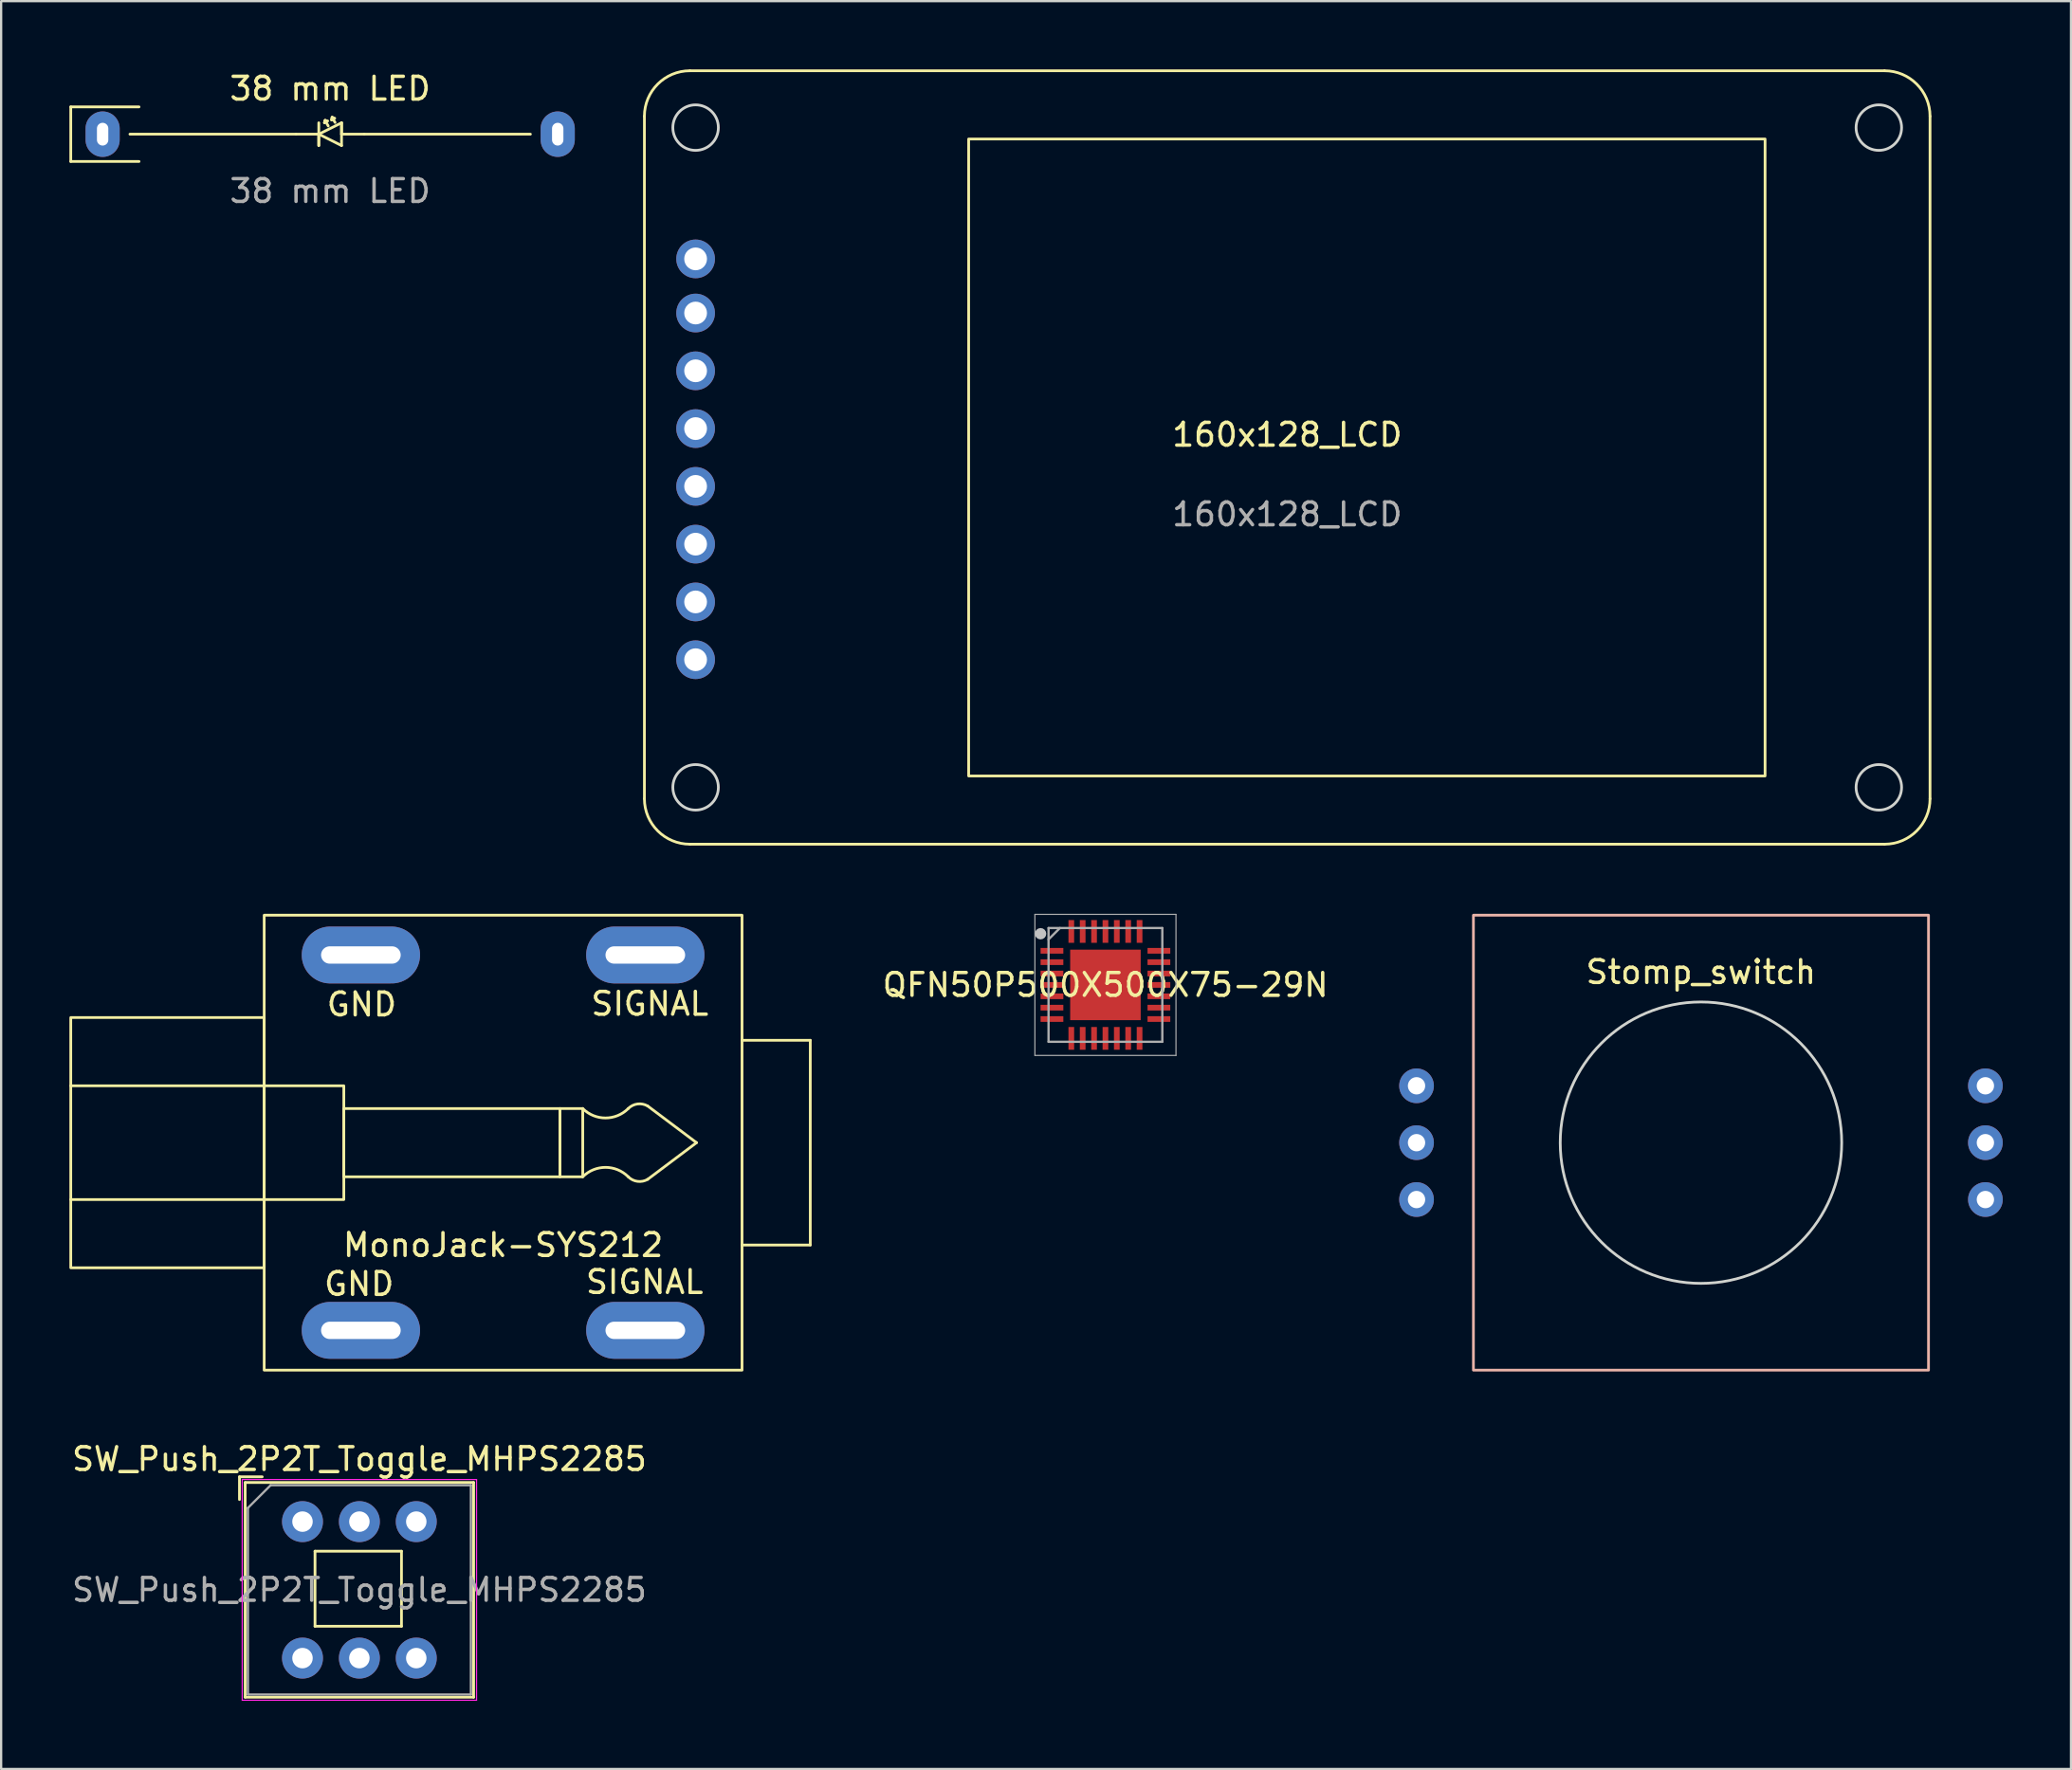
<source format=kicad_pcb>
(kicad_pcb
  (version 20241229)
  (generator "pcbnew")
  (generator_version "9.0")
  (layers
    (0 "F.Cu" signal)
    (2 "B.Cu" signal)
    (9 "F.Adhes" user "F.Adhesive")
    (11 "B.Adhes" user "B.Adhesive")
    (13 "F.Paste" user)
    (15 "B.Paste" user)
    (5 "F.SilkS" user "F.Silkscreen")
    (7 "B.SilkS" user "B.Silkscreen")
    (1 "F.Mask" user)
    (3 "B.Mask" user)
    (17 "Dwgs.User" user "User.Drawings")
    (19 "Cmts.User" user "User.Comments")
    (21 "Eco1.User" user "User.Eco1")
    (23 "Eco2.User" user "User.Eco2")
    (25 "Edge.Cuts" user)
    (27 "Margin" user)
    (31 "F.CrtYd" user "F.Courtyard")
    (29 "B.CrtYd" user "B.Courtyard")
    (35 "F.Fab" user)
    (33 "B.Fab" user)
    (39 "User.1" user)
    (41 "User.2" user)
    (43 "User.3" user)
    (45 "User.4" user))
  (footprint "160x128_LCD"
    (layer "F.Cu")
    (at 53.52 17.06)
    (property "Reference" "160x128_LCD" (at 0 -1 0) (unlocked yes) (layer "F.SilkS") (effects (font (size 1 1) (thickness 0.15))))
    (attr smd)
    (fp_line (start -28.25 15) (end -28.25 -15) (stroke (width 0.12) (type default)) (layer "F.SilkS"))
    (fp_line (start -26.25 -17) (end 26.25 -17) (stroke (width 0.12) (type default)) (layer "F.SilkS"))
    (fp_line (start 26.25 17) (end -26.25 17) (stroke (width 0.12) (type default)) (layer "F.SilkS"))
    (fp_line (start 28.25 -15) (end 28.25 15) (stroke (width 0.12) (type default)) (layer "F.SilkS"))
    (fp_rect (start -14 -14) (end 21 14) (stroke (width 0.12) (type default)) (fill no) (layer "F.SilkS"))
    (fp_arc (start -28.25 -15) (mid -27.664214 -16.414214) (end -26.25 -17) (stroke (width 0.12) (type default)) (layer "F.SilkS"))
    (fp_arc (start -26.25 17) (mid -27.664214 16.414214) (end -28.25 15) (stroke (width 0.12) (type default)) (layer "F.SilkS"))
    (fp_arc (start 26.25 -17) (mid 27.664214 -16.414214) (end 28.25 -15) (stroke (width 0.12) (type default)) (layer "F.SilkS"))
    (fp_arc (start 28.25 15) (mid 27.664214 16.414214) (end 26.25 17) (stroke (width 0.12) (type default)) (layer "F.SilkS"))
    (fp_circle (center -26 -14.5) (end -25 -14.5) (stroke (width 0.12) (type default)) (fill no) (layer "Edge.Cuts"))
    (fp_circle (center -26 14.5) (end -25 14.5) (stroke (width 0.12) (type default)) (fill no) (layer "Edge.Cuts"))
    (fp_circle (center 26 -14.5) (end 27 -14.5) (stroke (width 0.12) (type default)) (fill no) (layer "Edge.Cuts"))
    (fp_circle (center 26 14.5) (end 27 14.5) (stroke (width 0.12) (type default)) (fill no) (layer "Edge.Cuts"))
    (fp_text user "${REFERENCE}" (at 0 2.5 0) (unlocked yes) (layer "F.Fab") (effects (font (size 1 1) (thickness 0.15))))
    (pad "1" thru_hole circle (at -26 -8.73) (size 1.7 1.7) (drill 1) (layers "*.Cu" "*.Mask"))
    (pad "2" thru_hole circle (at -26 -6.35) (size 1.7 1.7) (drill 1) (layers "*.Cu" "*.Mask"))
    (pad "3" thru_hole circle (at -26 -3.81) (size 1.7 1.7) (drill 1) (layers "*.Cu" "*.Mask"))
    (pad "4" thru_hole circle (at -26 -1.27) (size 1.7 1.7) (drill 1) (layers "*.Cu" "*.Mask"))
    (pad "5" thru_hole circle (at -26 1.27) (size 1.7 1.7) (drill 1) (layers "*.Cu" "*.Mask"))
    (pad "6" thru_hole circle (at -26 3.81) (size 1.7 1.7) (drill 1) (layers "*.Cu" "*.Mask"))
    (pad "7" thru_hole circle (at -26 6.35) (size 1.7 1.7) (drill 1) (layers "*.Cu" "*.Mask"))
    (pad "8" thru_hole circle (at -26 8.89) (size 1.7 1.7) (drill 1) (layers "*.Cu" "*.Mask")))
  (footprint "MonoJack-SYS212"
    (layer "F.Cu")
    (at 19.06 47.18)
    (property "Reference" "MonoJack-SYS212" (at 0 4.5 0) (unlocked yes) (layer "F.SilkS") (effects (font (size 1 1) (thickness 0.15))))
    (attr through_hole)
    (fp_line (start -10.5 -2.5) (end -19 -2.5) (stroke (width 0.12) (type solid)) (layer "F.SilkS"))
    (fp_line (start -10.5 2.5) (end -19 2.5) (stroke (width 0.12) (type solid)) (layer "F.SilkS"))
    (fp_line (start 6.353 -1.613) (end 8.5 0) (stroke (width 0.12) (type solid)) (layer "F.SilkS"))
    (fp_line (start 6.353 1.613) (end 8.5 0) (stroke (width 0.12) (type solid)) (layer "F.SilkS"))
    (fp_line (start 10.5 -4.5) (end 13.5 -4.5) (stroke (width 0.12) (type solid)) (layer "F.SilkS"))
    (fp_line (start 13.5 -4.5) (end 13.5 4.5) (stroke (width 0.12) (type solid)) (layer "F.SilkS"))
    (fp_line (start 13.5 4.5) (end 10.5 4.5) (stroke (width 0.12) (type solid)) (layer "F.SilkS"))
    (fp_rect (start -10.5 -10) (end 10.5 10) (stroke (width 0.12) (type solid)) (fill no) (layer "F.SilkS"))
    (fp_rect (start -10.5 -5.5) (end -19 5.5) (stroke (width 0.12) (type solid)) (fill no) (layer "F.SilkS"))
    (fp_rect (start -10.5 -2.5) (end -7 2.5) (stroke (width 0.12) (type solid)) (fill no) (layer "F.SilkS"))
    (fp_rect (start -7 -1.5) (end 2.5 1.5) (stroke (width 0.12) (type solid)) (fill no) (layer "F.SilkS"))
    (fp_rect (start 2.5 -1.5) (end 3.5 1.5) (stroke (width 0.12) (type solid)) (fill no) (layer "F.SilkS"))
    (fp_arc (start 3.5 1.5) (mid 4.5 1.085786) (end 5.5 1.5) (stroke (width 0.12) (type solid)) (layer "F.SilkS"))
    (fp_arc (start 5.5 -1.5) (mid 4.5 -1.085786) (end 3.5 -1.5) (stroke (width 0.12) (type solid)) (layer "F.SilkS"))
    (fp_arc (start 5.500001 -1.499999) (mid 5.90744 -1.701022) (end 6.353091 -1.612638) (stroke (width 0.12) (type solid)) (layer "F.SilkS"))
    (fp_arc (start 6.353091 1.612638) (mid 5.90744 1.701021) (end 5.500001 1.499999) (stroke (width 0.12) (type solid)) (layer "F.SilkS"))
    (fp_text user "GND" (at -6.329 6.212 0) (unlocked yes) (layer "F.SilkS") (effects (font (size 1 1) (thickness 0.15))))
    (fp_text user "SIGNAL" (at 6.449 -6.105 0) (unlocked yes) (layer "F.SilkS") (effects (font (size 1 1) (thickness 0.15))))
    (fp_text user "SIGNAL" (at 6.219 6.126 0) (unlocked yes) (layer "F.SilkS") (effects (font (size 1 1) (thickness 0.15))))
    (fp_text user "GND" (at -6.214 -6.076 0) (unlocked yes) (layer "F.SilkS") (effects (font (size 1 1) (thickness 0.15))))
    (pad "1" thru_hole oval (at 6.25 -8.25) (size 5.2 2.5) (drill oval 3.5 0.762) (layers "*.Cu" "*.Mask"))
    (pad "1" thru_hole oval (at 6.25 8.25) (size 5.2 2.5) (drill oval 3.5 0.762) (layers "*.Cu" "*.Mask"))
    (pad "2" thru_hole oval (at -6.25 -8.25) (size 5.2 2.5) (drill oval 3.5 0.762) (layers "*.Cu" "*.Mask"))
    (pad "2" thru_hole oval (at -6.25 8.25) (size 5.2 2.5) (drill oval 3.5 0.762) (layers "*.Cu" "*.Mask")))
  (footprint "QFN50P500X500X75-29N"
    (layer "F.Cu")
    (at 45.531 40.245)
    (property "Reference" "QFN50P500X500X75-29N" (at 0 0 0) (layer "F.SilkS") (effects (font (size 1 1) (thickness 0.15))))
    (attr smd)
    (fp_circle (center -2.85 -2.25) (end -2.725 -2.25) (stroke (width 0.25) (type solid)) (fill no) (layer "Dwgs.User"))
    (fp_line (start -3.1 -3.1) (end 3.1 -3.1) (stroke (width 0.05) (type solid)) (layer "F.Fab"))
    (fp_line (start -3.1 3.1) (end -3.1 -3.1) (stroke (width 0.05) (type solid)) (layer "F.Fab"))
    (fp_line (start -2.5 -2.5) (end 2.5 -2.5) (stroke (width 0.1) (type solid)) (layer "F.Fab"))
    (fp_line (start -2.5 -2) (end -2 -2.5) (stroke (width 0.1) (type solid)) (layer "F.Fab"))
    (fp_line (start -2.5 2.5) (end -2.5 -2.5) (stroke (width 0.1) (type solid)) (layer "F.Fab"))
    (fp_line (start 2.5 -2.5) (end 2.5 2.5) (stroke (width 0.1) (type solid)) (layer "F.Fab"))
    (fp_line (start 2.5 2.5) (end -2.5 2.5) (stroke (width 0.1) (type solid)) (layer "F.Fab"))
    (fp_line (start 3.1 -3.1) (end 3.1 3.1) (stroke (width 0.05) (type solid)) (layer "F.Fab"))
    (fp_line (start 3.1 3.1) (end -3.1 3.1) (stroke (width 0.05) (type solid)) (layer "F.Fab"))
    (pad "1" smd rect (at -2.35 -1.5) (size 1 0.25) (layers "F.Cu" "F.Mask" "F.Paste"))
    (pad "2" smd rect (at -2.35 -1) (size 1 0.25) (layers "F.Cu" "F.Mask" "F.Paste"))
    (pad "3" smd rect (at -2.35 -0.5) (size 1 0.25) (layers "F.Cu" "F.Mask" "F.Paste"))
    (pad "4" smd rect (at -2.35 0) (size 1 0.25) (layers "F.Cu" "F.Mask" "F.Paste"))
    (pad "5" smd rect (at -2.35 0.5) (size 1 0.25) (layers "F.Cu" "F.Mask" "F.Paste"))
    (pad "6" smd rect (at -2.35 1) (size 1 0.25) (layers "F.Cu" "F.Mask" "F.Paste"))
    (pad "7" smd rect (at -2.35 1.5) (size 1 0.25) (layers "F.Cu" "F.Mask" "F.Paste"))
    (pad "8" smd rect (at -1.5 2.35 90) (size 1 0.25) (layers "F.Cu" "F.Mask" "F.Paste"))
    (pad "9" smd rect (at -1 2.35 90) (size 1 0.25) (layers "F.Cu" "F.Mask" "F.Paste"))
    (pad "10" smd rect (at -0.5 2.35 90) (size 1 0.25) (layers "F.Cu" "F.Mask" "F.Paste"))
    (pad "11" smd rect (at 0 2.35 90) (size 1 0.25) (layers "F.Cu" "F.Mask" "F.Paste"))
    (pad "12" smd rect (at 0.5 2.35 90) (size 1 0.25) (layers "F.Cu" "F.Mask" "F.Paste"))
    (pad "13" smd rect (at 1 2.35 90) (size 1 0.25) (layers "F.Cu" "F.Mask" "F.Paste"))
    (pad "14" smd rect (at 1.5 2.35 90) (size 1 0.25) (layers "F.Cu" "F.Mask" "F.Paste"))
    (pad "15" smd rect (at 2.35 1.5) (size 1 0.25) (layers "F.Cu" "F.Mask" "F.Paste"))
    (pad "16" smd rect (at 2.35 1) (size 1 0.25) (layers "F.Cu" "F.Mask" "F.Paste"))
    (pad "17" smd rect (at 2.35 0.5) (size 1 0.25) (layers "F.Cu" "F.Mask" "F.Paste"))
    (pad "18" smd rect (at 2.35 0) (size 1 0.25) (layers "F.Cu" "F.Mask" "F.Paste"))
    (pad "19" smd rect (at 2.35 -0.5) (size 1 0.25) (layers "F.Cu" "F.Mask" "F.Paste"))
    (pad "20" smd rect (at 2.35 -1) (size 1 0.25) (layers "F.Cu" "F.Mask" "F.Paste"))
    (pad "21" smd rect (at 2.35 -1.5) (size 1 0.25) (layers "F.Cu" "F.Mask" "F.Paste"))
    (pad "22" smd rect (at 1.5 -2.35 90) (size 1 0.25) (layers "F.Cu" "F.Mask" "F.Paste"))
    (pad "23" smd rect (at 1 -2.35 90) (size 1 0.25) (layers "F.Cu" "F.Mask" "F.Paste"))
    (pad "24" smd rect (at 0.5 -2.35 90) (size 1 0.25) (layers "F.Cu" "F.Mask" "F.Paste"))
    (pad "25" smd rect (at 0 -2.35 90) (size 1 0.25) (layers "F.Cu" "F.Mask" "F.Paste"))
    (pad "26" smd rect (at -0.5 -2.35 90) (size 1 0.25) (layers "F.Cu" "F.Mask" "F.Paste"))
    (pad "27" smd rect (at -1 -2.35 90) (size 1 0.25) (layers "F.Cu" "F.Mask" "F.Paste"))
    (pad "28" smd rect (at -1.5 -2.35 90) (size 1 0.25) (layers "F.Cu" "F.Mask" "F.Paste"))
    (pad "29" smd rect (at 0 0 90) (size 3.1 3.1) (layers "F.Cu" "F.Mask" "F.Paste")))
  (footprint "38 mm LED"
    (layer "F.Cu")
    (at 11.46 2.848)
    (property "Reference" "38 mm LED" (at 0 -2 0) (unlocked yes) (layer "F.SilkS") (effects (font (size 1 1) (thickness 0.15))))
    (attr through_hole)
    (fp_line (start -11.4 -1.2) (end -11.4 1.2) (stroke (width 0.12) (type solid)) (layer "F.SilkS"))
    (fp_line (start -11.4 1.2) (end -8.4 1.2) (stroke (width 0.12) (type solid)) (layer "F.SilkS"))
    (fp_line (start -8.4 -1.2) (end -11.4 -1.2) (stroke (width 0.12) (type solid)) (layer "F.SilkS"))
    (fp_line (start -1.5 0) (end -8.8 0) (stroke (width 0.12) (type solid)) (layer "F.SilkS"))
    (fp_line (start -0.5 -0.5) (end -0.5 0.5) (stroke (width 0.12) (type solid)) (layer "F.SilkS"))
    (fp_line (start -0.5 0) (end -1.5 0) (stroke (width 0.12) (type solid)) (layer "F.SilkS"))
    (fp_line (start -0.5 0) (end 0.5 -0.5) (stroke (width 0.12) (type solid)) (layer "F.SilkS"))
    (fp_line (start -0.5 0.5) (end -0.5 0) (stroke (width 0.12) (type solid)) (layer "F.SilkS"))
    (fp_line (start -0.251 -0.503) (end -0.22 -0.602) (stroke (width 0.12) (type solid)) (layer "F.SilkS"))
    (fp_line (start -0.22 -0.602) (end -0.251 -0.503) (stroke (width 0.12) (type solid)) (layer "F.SilkS"))
    (fp_line (start -0.22 -0.602) (end -0.11 -0.58) (stroke (width 0.12) (type solid)) (layer "F.SilkS"))
    (fp_line (start -0.086 -0.36) (end -0.22 -0.602) (stroke (width 0.12) (type solid)) (layer "F.SilkS"))
    (fp_line (start 0.063 -0.627) (end 0.088 -0.737) (stroke (width 0.12) (type solid)) (layer "F.SilkS"))
    (fp_line (start 0.088 -0.737) (end 0.063 -0.627) (stroke (width 0.12) (type solid)) (layer "F.SilkS"))
    (fp_line (start 0.088 -0.737) (end 0.2 -0.7) (stroke (width 0.12) (type solid)) (layer "F.SilkS"))
    (fp_line (start 0.215 -0.515) (end 0.088 -0.737) (stroke (width 0.12) (type solid)) (layer "F.SilkS"))
    (fp_line (start 0.5 -0.5) (end 0.5 0.5) (stroke (width 0.12) (type solid)) (layer "F.SilkS"))
    (fp_line (start 0.5 0) (end 0.5 -0.5) (stroke (width 0.12) (type solid)) (layer "F.SilkS"))
    (fp_line (start 0.5 0.5) (end -0.5 0) (stroke (width 0.12) (type solid)) (layer "F.SilkS"))
    (fp_line (start 1.5 0) (end 0.5 0) (stroke (width 0.12) (type solid)) (layer "F.SilkS"))
    (fp_line (start 1.5 0) (end 8.8 0) (stroke (width 0.12) (type solid)) (layer "F.SilkS"))
    (fp_text user "${REFERENCE}" (at 0 2.5 0) (unlocked yes) (layer "F.Fab") (effects (font (size 1 1) (thickness 0.15))))
    (pad "1" thru_hole oval (at -10 0) (size 1.5 2) (drill oval 0.5 1) (layers "*.Cu" "*.Mask"))
    (pad "2" thru_hole oval (at 10 0) (size 1.5 2) (drill oval 0.5 1) (layers "*.Cu" "*.Mask")))
  (footprint "Stomp_switch"
    (layer "F.Cu")
    (at 71.703 47.18)
    (property "Reference" "Stomp_switch" (at 0 -7.5 0) (unlocked yes) (layer "F.SilkS") (effects (font (size 1 1) (thickness 0.15))))
    (attr through_hole)
    (fp_rect (start -10 -10) (end 10 10) (stroke (width 0.12) (type solid)) (fill no) (layer "B.SilkS"))
    (fp_circle (center 0 0) (end 1.5 -6) (stroke (width 0.12) (type solid)) (fill no) (layer "Edge.Cuts"))
    (pad "1" thru_hole circle (at -12.5 -2.5) (size 1.524 1.524) (drill 0.762) (layers "*.Cu" "*.Mask"))
    (pad "2" thru_hole circle (at -12.5 0) (size 1.524 1.524) (drill 0.762) (layers "*.Cu" "*.Mask"))
    (pad "3" thru_hole circle (at -12.5 2.5) (size 1.524 1.524) (drill 0.762) (layers "*.Cu" "*.Mask"))
    (pad "4" thru_hole circle (at 12.5 -2.5) (size 1.524 1.524) (drill 0.762) (layers "*.Cu" "*.Mask"))
    (pad "5" thru_hole circle (at 12.5 0) (size 1.524 1.524) (drill 0.762) (layers "*.Cu" "*.Mask"))
    (pad "6" thru_hole circle (at 12.5 2.5) (size 1.524 1.524) (drill 0.762) (layers "*.Cu" "*.Mask")))
  (footprint "SW_Push_2P2T_Toggle_MHPS2285"
    (layer "F.Cu")
    (at 10.244 63.838)
    (property "Reference" "SW_Push_2P2T_Toggle_MHPS2285" (at 2.5 -2.75 0) (layer "F.SilkS") (effects (font (size 1 1) (thickness 0.15))))
    (attr through_hole)
    (fp_line (start -2.77 -0.97) (end -2.77 -1.97) (stroke (width 0.12) (type solid)) (layer "F.SilkS"))
    (fp_line (start -2.52 7.72) (end -2.52 -1.72) (stroke (width 0.12) (type solid)) (layer "F.SilkS"))
    (fp_line (start -1.77 -1.97) (end -2.77 -1.97) (stroke (width 0.12) (type solid)) (layer "F.SilkS"))
    (fp_line (start 0.55 1.3) (end 0.55 4.6) (stroke (width 0.12) (type solid)) (layer "F.SilkS"))
    (fp_line (start 4.35 1.3) (end 0.55 1.3) (stroke (width 0.12) (type solid)) (layer "F.SilkS"))
    (fp_line (start 4.35 1.3) (end 4.35 4.6) (stroke (width 0.12) (type solid)) (layer "F.SilkS"))
    (fp_line (start 4.35 4.6) (end 0.55 4.6) (stroke (width 0.12) (type solid)) (layer "F.SilkS"))
    (fp_line (start 7.52 -1.72) (end -2.52 -1.72) (stroke (width 0.12) (type solid)) (layer "F.SilkS"))
    (fp_line (start 7.52 7.72) (end -2.52 7.72) (stroke (width 0.12) (type solid)) (layer "F.SilkS"))
    (fp_line (start 7.52 7.72) (end 7.52 -1.72) (stroke (width 0.12) (type solid)) (layer "F.SilkS"))
    (fp_line (start -2.65 -1.85) (end 7.65 -1.85) (stroke (width 0.05) (type solid)) (layer "F.CrtYd"))
    (fp_line (start -2.65 7.85) (end -2.65 -1.85) (stroke (width 0.05) (type solid)) (layer "F.CrtYd"))
    (fp_line (start -2.65 7.85) (end 7.65 7.85) (stroke (width 0.05) (type solid)) (layer "F.CrtYd"))
    (fp_line (start 7.65 -1.85) (end 7.65 7.85) (stroke (width 0.05) (type solid)) (layer "F.CrtYd"))
    (fp_line (start -2.4 -0.6) (end -1.4 -1.6) (stroke (width 0.1) (type solid)) (layer "F.Fab"))
    (fp_line (start -2.4 7.6) (end -2.4 -0.6) (stroke (width 0.1) (type solid)) (layer "F.Fab"))
    (fp_line (start -1.4 -1.6) (end 7.4 -1.6) (stroke (width 0.1) (type solid)) (layer "F.Fab"))
    (fp_line (start 7.4 -1.6) (end 7.4 7.6) (stroke (width 0.1) (type solid)) (layer "F.Fab"))
    (fp_line (start 7.4 7.6) (end -2.4 7.6) (stroke (width 0.1) (type solid)) (layer "F.Fab"))
    (fp_text user "${REFERENCE}" (at 2.5 3 0) (layer "F.Fab") (effects (font (size 1 1) (thickness 0.15))))
    (pad "1" thru_hole circle (at 5 0) (size 1.8 1.8) (drill 0.9) (layers "*.Cu" "*.Mask"))
    (pad "2" thru_hole circle (at 0 0) (size 1.8 1.8) (drill 0.9) (layers "*.Cu" "*.Mask"))
    (pad "3" thru_hole circle (at 2.5 0) (size 1.8 1.8) (drill 0.9) (layers "*.Cu" "*.Mask"))
    (pad "4" thru_hole circle (at 0 6) (size 1.8 1.8) (drill 0.9) (layers "*.Cu" "*.Mask"))
    (pad "5" thru_hole circle (at 5 6) (size 1.8 1.8) (drill 0.9) (layers "*.Cu" "*.Mask"))
    (pad "6" thru_hole circle (at 2.5 6) (size 1.8 1.8) (drill 0.9) (layers "*.Cu" "*.Mask")))
  (gr_rect
    (start -3 -3)
    (end 87.965 74.713)
    (stroke (width 0.1) (type default))
    (fill no)
    (layer "Edge.Cuts")))
</source>
